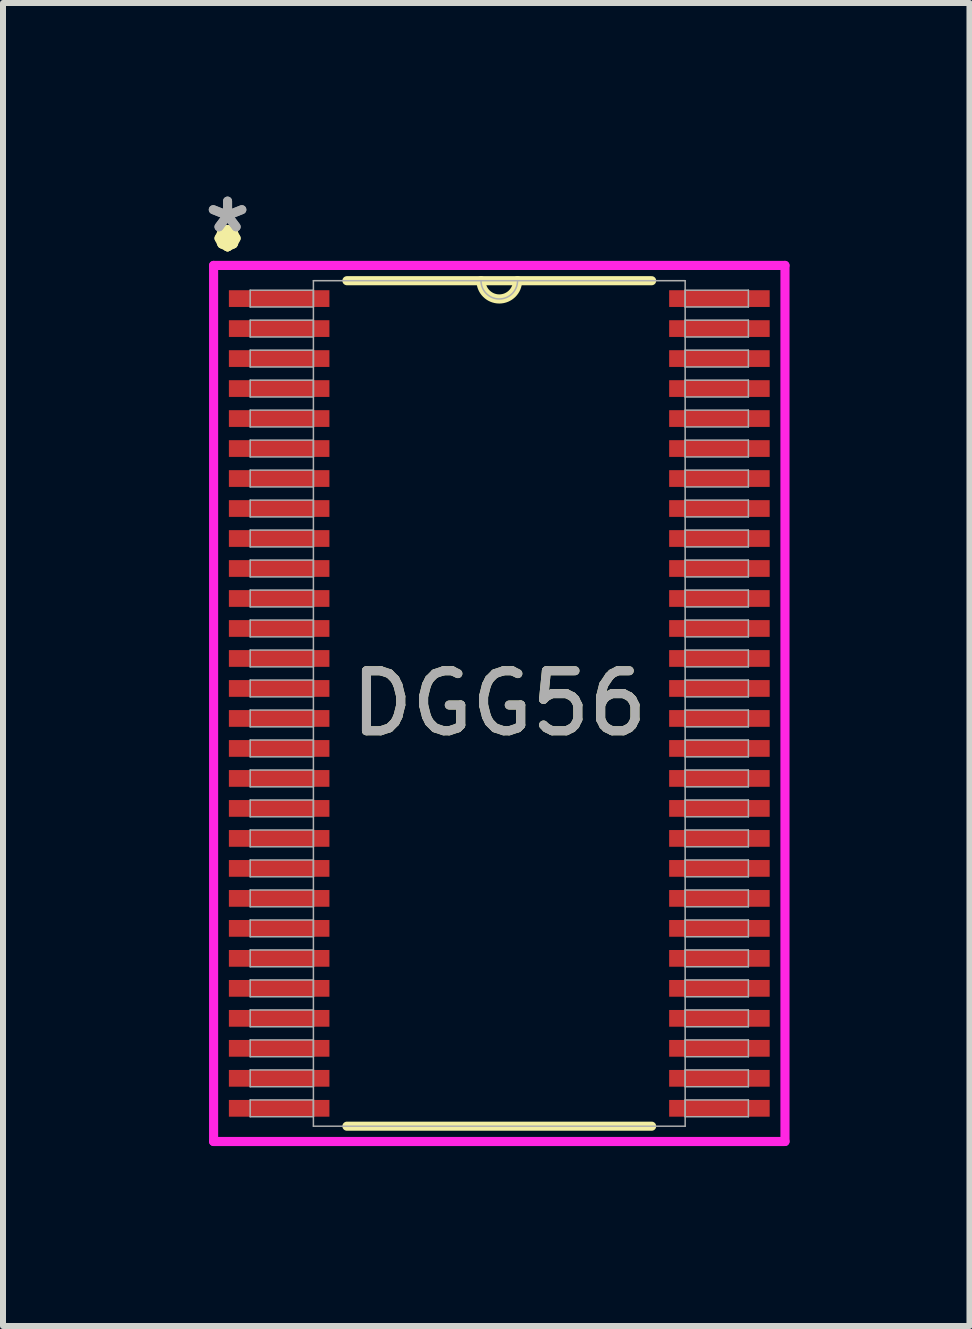
<source format=kicad_pcb>
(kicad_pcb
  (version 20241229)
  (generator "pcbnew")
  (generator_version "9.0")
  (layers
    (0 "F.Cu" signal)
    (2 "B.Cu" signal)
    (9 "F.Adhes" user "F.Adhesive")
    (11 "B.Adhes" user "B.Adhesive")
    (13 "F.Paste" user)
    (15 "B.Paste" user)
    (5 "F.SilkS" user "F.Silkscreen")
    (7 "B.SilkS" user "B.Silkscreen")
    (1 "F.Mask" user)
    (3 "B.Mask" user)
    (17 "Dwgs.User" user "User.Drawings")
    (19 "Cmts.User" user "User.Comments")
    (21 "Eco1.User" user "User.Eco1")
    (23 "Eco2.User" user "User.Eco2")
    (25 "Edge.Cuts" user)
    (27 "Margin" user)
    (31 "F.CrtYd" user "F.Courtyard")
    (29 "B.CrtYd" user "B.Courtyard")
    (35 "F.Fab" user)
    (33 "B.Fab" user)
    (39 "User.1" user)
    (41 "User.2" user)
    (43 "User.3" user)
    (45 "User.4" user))
  (footprint "DGG56"
    (layer "F.Cu")
    (at 5.274 8.678)
    (property "Reference" "DGG56" (at 0 0 0) (unlocked yes) (layer "F.SilkS") (effects (font (size 1 1) (thickness 0.15))))
    (attr smd)
    (fp_line (start -2.54 7.048) (end 2.54 7.048) (stroke (width 0.152) (type solid)) (layer "F.SilkS"))
    (fp_line (start 2.54 -7.048) (end -2.54 -7.048) (stroke (width 0.152) (type solid)) (layer "F.SilkS"))
    (fp_arc (start 0.3048 -7.0485) (mid 0 -6.7437) (end -0.3048 -7.0485) (stroke (width 0.1524) (type solid)) (layer "F.SilkS"))
    (fp_line (start -4.763 -7.303) (end 4.763 -7.303) (stroke (width 0.152) (type solid)) (layer "F.CrtYd"))
    (fp_line (start -4.763 7.303) (end -4.763 -7.303) (stroke (width 0.152) (type solid)) (layer "F.CrtYd"))
    (fp_line (start 4.763 -7.303) (end 4.763 7.303) (stroke (width 0.152) (type solid)) (layer "F.CrtYd"))
    (fp_line (start 4.763 7.303) (end -4.763 7.303) (stroke (width 0.152) (type solid)) (layer "F.CrtYd"))
    (fp_line (start -4.153 -6.89) (end -4.153 -6.61) (stroke (width 0.025) (type solid)) (layer "F.Fab"))
    (fp_line (start -4.153 -6.61) (end -3.099 -6.61) (stroke (width 0.025) (type solid)) (layer "F.Fab"))
    (fp_line (start -4.153 -6.39) (end -4.153 -6.11) (stroke (width 0.025) (type solid)) (layer "F.Fab"))
    (fp_line (start -4.153 -6.11) (end -3.099 -6.11) (stroke (width 0.025) (type solid)) (layer "F.Fab"))
    (fp_line (start -4.153 -5.89) (end -4.153 -5.61) (stroke (width 0.025) (type solid)) (layer "F.Fab"))
    (fp_line (start -4.153 -5.61) (end -3.099 -5.61) (stroke (width 0.025) (type solid)) (layer "F.Fab"))
    (fp_line (start -4.153 -5.39) (end -4.153 -5.11) (stroke (width 0.025) (type solid)) (layer "F.Fab"))
    (fp_line (start -4.153 -5.11) (end -3.099 -5.11) (stroke (width 0.025) (type solid)) (layer "F.Fab"))
    (fp_line (start -4.153 -4.89) (end -4.153 -4.61) (stroke (width 0.025) (type solid)) (layer "F.Fab"))
    (fp_line (start -4.153 -4.61) (end -3.099 -4.61) (stroke (width 0.025) (type solid)) (layer "F.Fab"))
    (fp_line (start -4.153 -4.39) (end -4.153 -4.11) (stroke (width 0.025) (type solid)) (layer "F.Fab"))
    (fp_line (start -4.153 -4.11) (end -3.099 -4.11) (stroke (width 0.025) (type solid)) (layer "F.Fab"))
    (fp_line (start -4.153 -3.89) (end -4.153 -3.61) (stroke (width 0.025) (type solid)) (layer "F.Fab"))
    (fp_line (start -4.153 -3.61) (end -3.099 -3.61) (stroke (width 0.025) (type solid)) (layer "F.Fab"))
    (fp_line (start -4.153 -3.39) (end -4.153 -3.11) (stroke (width 0.025) (type solid)) (layer "F.Fab"))
    (fp_line (start -4.153 -3.11) (end -3.099 -3.11) (stroke (width 0.025) (type solid)) (layer "F.Fab"))
    (fp_line (start -4.153 -2.89) (end -4.153 -2.61) (stroke (width 0.025) (type solid)) (layer "F.Fab"))
    (fp_line (start -4.153 -2.61) (end -3.099 -2.61) (stroke (width 0.025) (type solid)) (layer "F.Fab"))
    (fp_line (start -4.153 -2.39) (end -4.153 -2.11) (stroke (width 0.025) (type solid)) (layer "F.Fab"))
    (fp_line (start -4.153 -2.11) (end -3.099 -2.11) (stroke (width 0.025) (type solid)) (layer "F.Fab"))
    (fp_line (start -4.153 -1.89) (end -4.153 -1.61) (stroke (width 0.025) (type solid)) (layer "F.Fab"))
    (fp_line (start -4.153 -1.61) (end -3.099 -1.61) (stroke (width 0.025) (type solid)) (layer "F.Fab"))
    (fp_line (start -4.153 -1.39) (end -4.153 -1.11) (stroke (width 0.025) (type solid)) (layer "F.Fab"))
    (fp_line (start -4.153 -1.11) (end -3.099 -1.11) (stroke (width 0.025) (type solid)) (layer "F.Fab"))
    (fp_line (start -4.153 -0.89) (end -4.153 -0.61) (stroke (width 0.025) (type solid)) (layer "F.Fab"))
    (fp_line (start -4.153 -0.61) (end -3.099 -0.61) (stroke (width 0.025) (type solid)) (layer "F.Fab"))
    (fp_line (start -4.153 -0.39) (end -4.153 -0.11) (stroke (width 0.025) (type solid)) (layer "F.Fab"))
    (fp_line (start -4.153 -0.11) (end -3.099 -0.11) (stroke (width 0.025) (type solid)) (layer "F.Fab"))
    (fp_line (start -4.153 0.11) (end -4.153 0.39) (stroke (width 0.025) (type solid)) (layer "F.Fab"))
    (fp_line (start -4.153 0.39) (end -3.099 0.39) (stroke (width 0.025) (type solid)) (layer "F.Fab"))
    (fp_line (start -4.153 0.61) (end -4.153 0.89) (stroke (width 0.025) (type solid)) (layer "F.Fab"))
    (fp_line (start -4.153 0.89) (end -3.099 0.89) (stroke (width 0.025) (type solid)) (layer "F.Fab"))
    (fp_line (start -4.153 1.11) (end -4.153 1.39) (stroke (width 0.025) (type solid)) (layer "F.Fab"))
    (fp_line (start -4.153 1.39) (end -3.099 1.39) (stroke (width 0.025) (type solid)) (layer "F.Fab"))
    (fp_line (start -4.153 1.61) (end -4.153 1.89) (stroke (width 0.025) (type solid)) (layer "F.Fab"))
    (fp_line (start -4.153 1.89) (end -3.099 1.89) (stroke (width 0.025) (type solid)) (layer "F.Fab"))
    (fp_line (start -4.153 2.11) (end -4.153 2.39) (stroke (width 0.025) (type solid)) (layer "F.Fab"))
    (fp_line (start -4.153 2.39) (end -3.099 2.39) (stroke (width 0.025) (type solid)) (layer "F.Fab"))
    (fp_line (start -4.153 2.61) (end -4.153 2.89) (stroke (width 0.025) (type solid)) (layer "F.Fab"))
    (fp_line (start -4.153 2.89) (end -3.099 2.89) (stroke (width 0.025) (type solid)) (layer "F.Fab"))
    (fp_line (start -4.153 3.11) (end -4.153 3.39) (stroke (width 0.025) (type solid)) (layer "F.Fab"))
    (fp_line (start -4.153 3.39) (end -3.099 3.39) (stroke (width 0.025) (type solid)) (layer "F.Fab"))
    (fp_line (start -4.153 3.61) (end -4.153 3.89) (stroke (width 0.025) (type solid)) (layer "F.Fab"))
    (fp_line (start -4.153 3.89) (end -3.099 3.89) (stroke (width 0.025) (type solid)) (layer "F.Fab"))
    (fp_line (start -4.153 4.11) (end -4.153 4.39) (stroke (width 0.025) (type solid)) (layer "F.Fab"))
    (fp_line (start -4.153 4.39) (end -3.099 4.39) (stroke (width 0.025) (type solid)) (layer "F.Fab"))
    (fp_line (start -4.153 4.61) (end -4.153 4.89) (stroke (width 0.025) (type solid)) (layer "F.Fab"))
    (fp_line (start -4.153 4.89) (end -3.099 4.89) (stroke (width 0.025) (type solid)) (layer "F.Fab"))
    (fp_line (start -4.153 5.11) (end -4.153 5.39) (stroke (width 0.025) (type solid)) (layer "F.Fab"))
    (fp_line (start -4.153 5.39) (end -3.099 5.39) (stroke (width 0.025) (type solid)) (layer "F.Fab"))
    (fp_line (start -4.153 5.61) (end -4.153 5.89) (stroke (width 0.025) (type solid)) (layer "F.Fab"))
    (fp_line (start -4.153 5.89) (end -3.099 5.89) (stroke (width 0.025) (type solid)) (layer "F.Fab"))
    (fp_line (start -4.153 6.11) (end -4.153 6.39) (stroke (width 0.025) (type solid)) (layer "F.Fab"))
    (fp_line (start -4.153 6.39) (end -3.099 6.39) (stroke (width 0.025) (type solid)) (layer "F.Fab"))
    (fp_line (start -4.153 6.61) (end -4.153 6.89) (stroke (width 0.025) (type solid)) (layer "F.Fab"))
    (fp_line (start -4.153 6.89) (end -3.099 6.89) (stroke (width 0.025) (type solid)) (layer "F.Fab"))
    (fp_line (start -3.099 -7.048) (end -3.099 7.048) (stroke (width 0.025) (type solid)) (layer "F.Fab"))
    (fp_line (start -3.099 -6.89) (end -4.153 -6.89) (stroke (width 0.025) (type solid)) (layer "F.Fab"))
    (fp_line (start -3.099 -6.61) (end -3.099 -6.89) (stroke (width 0.025) (type solid)) (layer "F.Fab"))
    (fp_line (start -3.099 -6.39) (end -4.153 -6.39) (stroke (width 0.025) (type solid)) (layer "F.Fab"))
    (fp_line (start -3.099 -6.11) (end -3.099 -6.39) (stroke (width 0.025) (type solid)) (layer "F.Fab"))
    (fp_line (start -3.099 -5.89) (end -4.153 -5.89) (stroke (width 0.025) (type solid)) (layer "F.Fab"))
    (fp_line (start -3.099 -5.61) (end -3.099 -5.89) (stroke (width 0.025) (type solid)) (layer "F.Fab"))
    (fp_line (start -3.099 -5.39) (end -4.153 -5.39) (stroke (width 0.025) (type solid)) (layer "F.Fab"))
    (fp_line (start -3.099 -5.11) (end -3.099 -5.39) (stroke (width 0.025) (type solid)) (layer "F.Fab"))
    (fp_line (start -3.099 -4.89) (end -4.153 -4.89) (stroke (width 0.025) (type solid)) (layer "F.Fab"))
    (fp_line (start -3.099 -4.61) (end -3.099 -4.89) (stroke (width 0.025) (type solid)) (layer "F.Fab"))
    (fp_line (start -3.099 -4.39) (end -4.153 -4.39) (stroke (width 0.025) (type solid)) (layer "F.Fab"))
    (fp_line (start -3.099 -4.11) (end -3.099 -4.39) (stroke (width 0.025) (type solid)) (layer "F.Fab"))
    (fp_line (start -3.099 -3.89) (end -4.153 -3.89) (stroke (width 0.025) (type solid)) (layer "F.Fab"))
    (fp_line (start -3.099 -3.61) (end -3.099 -3.89) (stroke (width 0.025) (type solid)) (layer "F.Fab"))
    (fp_line (start -3.099 -3.39) (end -4.153 -3.39) (stroke (width 0.025) (type solid)) (layer "F.Fab"))
    (fp_line (start -3.099 -3.11) (end -3.099 -3.39) (stroke (width 0.025) (type solid)) (layer "F.Fab"))
    (fp_line (start -3.099 -2.89) (end -4.153 -2.89) (stroke (width 0.025) (type solid)) (layer "F.Fab"))
    (fp_line (start -3.099 -2.61) (end -3.099 -2.89) (stroke (width 0.025) (type solid)) (layer "F.Fab"))
    (fp_line (start -3.099 -2.39) (end -4.153 -2.39) (stroke (width 0.025) (type solid)) (layer "F.Fab"))
    (fp_line (start -3.099 -2.11) (end -3.099 -2.39) (stroke (width 0.025) (type solid)) (layer "F.Fab"))
    (fp_line (start -3.099 -1.89) (end -4.153 -1.89) (stroke (width 0.025) (type solid)) (layer "F.Fab"))
    (fp_line (start -3.099 -1.61) (end -3.099 -1.89) (stroke (width 0.025) (type solid)) (layer "F.Fab"))
    (fp_line (start -3.099 -1.39) (end -4.153 -1.39) (stroke (width 0.025) (type solid)) (layer "F.Fab"))
    (fp_line (start -3.099 -1.11) (end -3.099 -1.39) (stroke (width 0.025) (type solid)) (layer "F.Fab"))
    (fp_line (start -3.099 -0.89) (end -4.153 -0.89) (stroke (width 0.025) (type solid)) (layer "F.Fab"))
    (fp_line (start -3.099 -0.61) (end -3.099 -0.89) (stroke (width 0.025) (type solid)) (layer "F.Fab"))
    (fp_line (start -3.099 -0.39) (end -4.153 -0.39) (stroke (width 0.025) (type solid)) (layer "F.Fab"))
    (fp_line (start -3.099 -0.11) (end -3.099 -0.39) (stroke (width 0.025) (type solid)) (layer "F.Fab"))
    (fp_line (start -3.099 0.11) (end -4.153 0.11) (stroke (width 0.025) (type solid)) (layer "F.Fab"))
    (fp_line (start -3.099 0.39) (end -3.099 0.11) (stroke (width 0.025) (type solid)) (layer "F.Fab"))
    (fp_line (start -3.099 0.61) (end -4.153 0.61) (stroke (width 0.025) (type solid)) (layer "F.Fab"))
    (fp_line (start -3.099 0.89) (end -3.099 0.61) (stroke (width 0.025) (type solid)) (layer "F.Fab"))
    (fp_line (start -3.099 1.11) (end -4.153 1.11) (stroke (width 0.025) (type solid)) (layer "F.Fab"))
    (fp_line (start -3.099 1.39) (end -3.099 1.11) (stroke (width 0.025) (type solid)) (layer "F.Fab"))
    (fp_line (start -3.099 1.61) (end -4.153 1.61) (stroke (width 0.025) (type solid)) (layer "F.Fab"))
    (fp_line (start -3.099 1.89) (end -3.099 1.61) (stroke (width 0.025) (type solid)) (layer "F.Fab"))
    (fp_line (start -3.099 2.11) (end -4.153 2.11) (stroke (width 0.025) (type solid)) (layer "F.Fab"))
    (fp_line (start -3.099 2.39) (end -3.099 2.11) (stroke (width 0.025) (type solid)) (layer "F.Fab"))
    (fp_line (start -3.099 2.61) (end -4.153 2.61) (stroke (width 0.025) (type solid)) (layer "F.Fab"))
    (fp_line (start -3.099 2.89) (end -3.099 2.61) (stroke (width 0.025) (type solid)) (layer "F.Fab"))
    (fp_line (start -3.099 3.11) (end -4.153 3.11) (stroke (width 0.025) (type solid)) (layer "F.Fab"))
    (fp_line (start -3.099 3.39) (end -3.099 3.11) (stroke (width 0.025) (type solid)) (layer "F.Fab"))
    (fp_line (start -3.099 3.61) (end -4.153 3.61) (stroke (width 0.025) (type solid)) (layer "F.Fab"))
    (fp_line (start -3.099 3.89) (end -3.099 3.61) (stroke (width 0.025) (type solid)) (layer "F.Fab"))
    (fp_line (start -3.099 4.11) (end -4.153 4.11) (stroke (width 0.025) (type solid)) (layer "F.Fab"))
    (fp_line (start -3.099 4.39) (end -3.099 4.11) (stroke (width 0.025) (type solid)) (layer "F.Fab"))
    (fp_line (start -3.099 4.61) (end -4.153 4.61) (stroke (width 0.025) (type solid)) (layer "F.Fab"))
    (fp_line (start -3.099 4.89) (end -3.099 4.61) (stroke (width 0.025) (type solid)) (layer "F.Fab"))
    (fp_line (start -3.099 5.11) (end -4.153 5.11) (stroke (width 0.025) (type solid)) (layer "F.Fab"))
    (fp_line (start -3.099 5.39) (end -3.099 5.11) (stroke (width 0.025) (type solid)) (layer "F.Fab"))
    (fp_line (start -3.099 5.61) (end -4.153 5.61) (stroke (width 0.025) (type solid)) (layer "F.Fab"))
    (fp_line (start -3.099 5.89) (end -3.099 5.61) (stroke (width 0.025) (type solid)) (layer "F.Fab"))
    (fp_line (start -3.099 6.11) (end -4.153 6.11) (stroke (width 0.025) (type solid)) (layer "F.Fab"))
    (fp_line (start -3.099 6.39) (end -3.099 6.11) (stroke (width 0.025) (type solid)) (layer "F.Fab"))
    (fp_line (start -3.099 6.61) (end -4.153 6.61) (stroke (width 0.025) (type solid)) (layer "F.Fab"))
    (fp_line (start -3.099 6.89) (end -3.099 6.61) (stroke (width 0.025) (type solid)) (layer "F.Fab"))
    (fp_line (start -3.099 7.048) (end 3.099 7.048) (stroke (width 0.025) (type solid)) (layer "F.Fab"))
    (fp_line (start 3.099 -7.048) (end -3.099 -7.048) (stroke (width 0.025) (type solid)) (layer "F.Fab"))
    (fp_line (start 3.099 -6.89) (end 3.099 -6.61) (stroke (width 0.025) (type solid)) (layer "F.Fab"))
    (fp_line (start 3.099 -6.61) (end 4.153 -6.61) (stroke (width 0.025) (type solid)) (layer "F.Fab"))
    (fp_line (start 3.099 -6.39) (end 3.099 -6.11) (stroke (width 0.025) (type solid)) (layer "F.Fab"))
    (fp_line (start 3.099 -6.11) (end 4.153 -6.11) (stroke (width 0.025) (type solid)) (layer "F.Fab"))
    (fp_line (start 3.099 -5.89) (end 3.099 -5.61) (stroke (width 0.025) (type solid)) (layer "F.Fab"))
    (fp_line (start 3.099 -5.61) (end 4.153 -5.61) (stroke (width 0.025) (type solid)) (layer "F.Fab"))
    (fp_line (start 3.099 -5.39) (end 3.099 -5.11) (stroke (width 0.025) (type solid)) (layer "F.Fab"))
    (fp_line (start 3.099 -5.11) (end 4.153 -5.11) (stroke (width 0.025) (type solid)) (layer "F.Fab"))
    (fp_line (start 3.099 -4.89) (end 3.099 -4.61) (stroke (width 0.025) (type solid)) (layer "F.Fab"))
    (fp_line (start 3.099 -4.61) (end 4.153 -4.61) (stroke (width 0.025) (type solid)) (layer "F.Fab"))
    (fp_line (start 3.099 -4.39) (end 3.099 -4.11) (stroke (width 0.025) (type solid)) (layer "F.Fab"))
    (fp_line (start 3.099 -4.11) (end 4.153 -4.11) (stroke (width 0.025) (type solid)) (layer "F.Fab"))
    (fp_line (start 3.099 -3.89) (end 3.099 -3.61) (stroke (width 0.025) (type solid)) (layer "F.Fab"))
    (fp_line (start 3.099 -3.61) (end 4.153 -3.61) (stroke (width 0.025) (type solid)) (layer "F.Fab"))
    (fp_line (start 3.099 -3.39) (end 3.099 -3.11) (stroke (width 0.025) (type solid)) (layer "F.Fab"))
    (fp_line (start 3.099 -3.11) (end 4.153 -3.11) (stroke (width 0.025) (type solid)) (layer "F.Fab"))
    (fp_line (start 3.099 -2.89) (end 3.099 -2.61) (stroke (width 0.025) (type solid)) (layer "F.Fab"))
    (fp_line (start 3.099 -2.61) (end 4.153 -2.61) (stroke (width 0.025) (type solid)) (layer "F.Fab"))
    (fp_line (start 3.099 -2.39) (end 3.099 -2.11) (stroke (width 0.025) (type solid)) (layer "F.Fab"))
    (fp_line (start 3.099 -2.11) (end 4.153 -2.11) (stroke (width 0.025) (type solid)) (layer "F.Fab"))
    (fp_line (start 3.099 -1.89) (end 3.099 -1.61) (stroke (width 0.025) (type solid)) (layer "F.Fab"))
    (fp_line (start 3.099 -1.61) (end 4.153 -1.61) (stroke (width 0.025) (type solid)) (layer "F.Fab"))
    (fp_line (start 3.099 -1.39) (end 3.099 -1.11) (stroke (width 0.025) (type solid)) (layer "F.Fab"))
    (fp_line (start 3.099 -1.11) (end 4.153 -1.11) (stroke (width 0.025) (type solid)) (layer "F.Fab"))
    (fp_line (start 3.099 -0.89) (end 3.099 -0.61) (stroke (width 0.025) (type solid)) (layer "F.Fab"))
    (fp_line (start 3.099 -0.61) (end 4.153 -0.61) (stroke (width 0.025) (type solid)) (layer "F.Fab"))
    (fp_line (start 3.099 -0.39) (end 3.099 -0.11) (stroke (width 0.025) (type solid)) (layer "F.Fab"))
    (fp_line (start 3.099 -0.11) (end 4.153 -0.11) (stroke (width 0.025) (type solid)) (layer "F.Fab"))
    (fp_line (start 3.099 0.11) (end 3.099 0.39) (stroke (width 0.025) (type solid)) (layer "F.Fab"))
    (fp_line (start 3.099 0.39) (end 4.153 0.39) (stroke (width 0.025) (type solid)) (layer "F.Fab"))
    (fp_line (start 3.099 0.61) (end 3.099 0.89) (stroke (width 0.025) (type solid)) (layer "F.Fab"))
    (fp_line (start 3.099 0.89) (end 4.153 0.89) (stroke (width 0.025) (type solid)) (layer "F.Fab"))
    (fp_line (start 3.099 1.11) (end 3.099 1.39) (stroke (width 0.025) (type solid)) (layer "F.Fab"))
    (fp_line (start 3.099 1.39) (end 4.153 1.39) (stroke (width 0.025) (type solid)) (layer "F.Fab"))
    (fp_line (start 3.099 1.61) (end 3.099 1.89) (stroke (width 0.025) (type solid)) (layer "F.Fab"))
    (fp_line (start 3.099 1.89) (end 4.153 1.89) (stroke (width 0.025) (type solid)) (layer "F.Fab"))
    (fp_line (start 3.099 2.11) (end 3.099 2.39) (stroke (width 0.025) (type solid)) (layer "F.Fab"))
    (fp_line (start 3.099 2.39) (end 4.153 2.39) (stroke (width 0.025) (type solid)) (layer "F.Fab"))
    (fp_line (start 3.099 2.61) (end 3.099 2.89) (stroke (width 0.025) (type solid)) (layer "F.Fab"))
    (fp_line (start 3.099 2.89) (end 4.153 2.89) (stroke (width 0.025) (type solid)) (layer "F.Fab"))
    (fp_line (start 3.099 3.11) (end 3.099 3.39) (stroke (width 0.025) (type solid)) (layer "F.Fab"))
    (fp_line (start 3.099 3.39) (end 4.153 3.39) (stroke (width 0.025) (type solid)) (layer "F.Fab"))
    (fp_line (start 3.099 3.61) (end 3.099 3.89) (stroke (width 0.025) (type solid)) (layer "F.Fab"))
    (fp_line (start 3.099 3.89) (end 4.153 3.89) (stroke (width 0.025) (type solid)) (layer "F.Fab"))
    (fp_line (start 3.099 4.11) (end 3.099 4.39) (stroke (width 0.025) (type solid)) (layer "F.Fab"))
    (fp_line (start 3.099 4.39) (end 4.153 4.39) (stroke (width 0.025) (type solid)) (layer "F.Fab"))
    (fp_line (start 3.099 4.61) (end 3.099 4.89) (stroke (width 0.025) (type solid)) (layer "F.Fab"))
    (fp_line (start 3.099 4.89) (end 4.153 4.89) (stroke (width 0.025) (type solid)) (layer "F.Fab"))
    (fp_line (start 3.099 5.11) (end 3.099 5.39) (stroke (width 0.025) (type solid)) (layer "F.Fab"))
    (fp_line (start 3.099 5.39) (end 4.153 5.39) (stroke (width 0.025) (type solid)) (layer "F.Fab"))
    (fp_line (start 3.099 5.61) (end 3.099 5.89) (stroke (width 0.025) (type solid)) (layer "F.Fab"))
    (fp_line (start 3.099 5.89) (end 4.153 5.89) (stroke (width 0.025) (type solid)) (layer "F.Fab"))
    (fp_line (start 3.099 6.11) (end 3.099 6.39) (stroke (width 0.025) (type solid)) (layer "F.Fab"))
    (fp_line (start 3.099 6.39) (end 4.153 6.39) (stroke (width 0.025) (type solid)) (layer "F.Fab"))
    (fp_line (start 3.099 6.61) (end 3.099 6.89) (stroke (width 0.025) (type solid)) (layer "F.Fab"))
    (fp_line (start 3.099 6.89) (end 4.153 6.89) (stroke (width 0.025) (type solid)) (layer "F.Fab"))
    (fp_line (start 3.099 7.048) (end 3.099 -7.048) (stroke (width 0.025) (type solid)) (layer "F.Fab"))
    (fp_line (start 4.153 -6.89) (end 3.099 -6.89) (stroke (width 0.025) (type solid)) (layer "F.Fab"))
    (fp_line (start 4.153 -6.61) (end 4.153 -6.89) (stroke (width 0.025) (type solid)) (layer "F.Fab"))
    (fp_line (start 4.153 -6.39) (end 3.099 -6.39) (stroke (width 0.025) (type solid)) (layer "F.Fab"))
    (fp_line (start 4.153 -6.11) (end 4.153 -6.39) (stroke (width 0.025) (type solid)) (layer "F.Fab"))
    (fp_line (start 4.153 -5.89) (end 3.099 -5.89) (stroke (width 0.025) (type solid)) (layer "F.Fab"))
    (fp_line (start 4.153 -5.61) (end 4.153 -5.89) (stroke (width 0.025) (type solid)) (layer "F.Fab"))
    (fp_line (start 4.153 -5.39) (end 3.099 -5.39) (stroke (width 0.025) (type solid)) (layer "F.Fab"))
    (fp_line (start 4.153 -5.11) (end 4.153 -5.39) (stroke (width 0.025) (type solid)) (layer "F.Fab"))
    (fp_line (start 4.153 -4.89) (end 3.099 -4.89) (stroke (width 0.025) (type solid)) (layer "F.Fab"))
    (fp_line (start 4.153 -4.61) (end 4.153 -4.89) (stroke (width 0.025) (type solid)) (layer "F.Fab"))
    (fp_line (start 4.153 -4.39) (end 3.099 -4.39) (stroke (width 0.025) (type solid)) (layer "F.Fab"))
    (fp_line (start 4.153 -4.11) (end 4.153 -4.39) (stroke (width 0.025) (type solid)) (layer "F.Fab"))
    (fp_line (start 4.153 -3.89) (end 3.099 -3.89) (stroke (width 0.025) (type solid)) (layer "F.Fab"))
    (fp_line (start 4.153 -3.61) (end 4.153 -3.89) (stroke (width 0.025) (type solid)) (layer "F.Fab"))
    (fp_line (start 4.153 -3.39) (end 3.099 -3.39) (stroke (width 0.025) (type solid)) (layer "F.Fab"))
    (fp_line (start 4.153 -3.11) (end 4.153 -3.39) (stroke (width 0.025) (type solid)) (layer "F.Fab"))
    (fp_line (start 4.153 -2.89) (end 3.099 -2.89) (stroke (width 0.025) (type solid)) (layer "F.Fab"))
    (fp_line (start 4.153 -2.61) (end 4.153 -2.89) (stroke (width 0.025) (type solid)) (layer "F.Fab"))
    (fp_line (start 4.153 -2.39) (end 3.099 -2.39) (stroke (width 0.025) (type solid)) (layer "F.Fab"))
    (fp_line (start 4.153 -2.11) (end 4.153 -2.39) (stroke (width 0.025) (type solid)) (layer "F.Fab"))
    (fp_line (start 4.153 -1.89) (end 3.099 -1.89) (stroke (width 0.025) (type solid)) (layer "F.Fab"))
    (fp_line (start 4.153 -1.61) (end 4.153 -1.89) (stroke (width 0.025) (type solid)) (layer "F.Fab"))
    (fp_line (start 4.153 -1.39) (end 3.099 -1.39) (stroke (width 0.025) (type solid)) (layer "F.Fab"))
    (fp_line (start 4.153 -1.11) (end 4.153 -1.39) (stroke (width 0.025) (type solid)) (layer "F.Fab"))
    (fp_line (start 4.153 -0.89) (end 3.099 -0.89) (stroke (width 0.025) (type solid)) (layer "F.Fab"))
    (fp_line (start 4.153 -0.61) (end 4.153 -0.89) (stroke (width 0.025) (type solid)) (layer "F.Fab"))
    (fp_line (start 4.153 -0.39) (end 3.099 -0.39) (stroke (width 0.025) (type solid)) (layer "F.Fab"))
    (fp_line (start 4.153 -0.11) (end 4.153 -0.39) (stroke (width 0.025) (type solid)) (layer "F.Fab"))
    (fp_line (start 4.153 0.11) (end 3.099 0.11) (stroke (width 0.025) (type solid)) (layer "F.Fab"))
    (fp_line (start 4.153 0.39) (end 4.153 0.11) (stroke (width 0.025) (type solid)) (layer "F.Fab"))
    (fp_line (start 4.153 0.61) (end 3.099 0.61) (stroke (width 0.025) (type solid)) (layer "F.Fab"))
    (fp_line (start 4.153 0.89) (end 4.153 0.61) (stroke (width 0.025) (type solid)) (layer "F.Fab"))
    (fp_line (start 4.153 1.11) (end 3.099 1.11) (stroke (width 0.025) (type solid)) (layer "F.Fab"))
    (fp_line (start 4.153 1.39) (end 4.153 1.11) (stroke (width 0.025) (type solid)) (layer "F.Fab"))
    (fp_line (start 4.153 1.61) (end 3.099 1.61) (stroke (width 0.025) (type solid)) (layer "F.Fab"))
    (fp_line (start 4.153 1.89) (end 4.153 1.61) (stroke (width 0.025) (type solid)) (layer "F.Fab"))
    (fp_line (start 4.153 2.11) (end 3.099 2.11) (stroke (width 0.025) (type solid)) (layer "F.Fab"))
    (fp_line (start 4.153 2.39) (end 4.153 2.11) (stroke (width 0.025) (type solid)) (layer "F.Fab"))
    (fp_line (start 4.153 2.61) (end 3.099 2.61) (stroke (width 0.025) (type solid)) (layer "F.Fab"))
    (fp_line (start 4.153 2.89) (end 4.153 2.61) (stroke (width 0.025) (type solid)) (layer "F.Fab"))
    (fp_line (start 4.153 3.11) (end 3.099 3.11) (stroke (width 0.025) (type solid)) (layer "F.Fab"))
    (fp_line (start 4.153 3.39) (end 4.153 3.11) (stroke (width 0.025) (type solid)) (layer "F.Fab"))
    (fp_line (start 4.153 3.61) (end 3.099 3.61) (stroke (width 0.025) (type solid)) (layer "F.Fab"))
    (fp_line (start 4.153 3.89) (end 4.153 3.61) (stroke (width 0.025) (type solid)) (layer "F.Fab"))
    (fp_line (start 4.153 4.11) (end 3.099 4.11) (stroke (width 0.025) (type solid)) (layer "F.Fab"))
    (fp_line (start 4.153 4.39) (end 4.153 4.11) (stroke (width 0.025) (type solid)) (layer "F.Fab"))
    (fp_line (start 4.153 4.61) (end 3.099 4.61) (stroke (width 0.025) (type solid)) (layer "F.Fab"))
    (fp_line (start 4.153 4.89) (end 4.153 4.61) (stroke (width 0.025) (type solid)) (layer "F.Fab"))
    (fp_line (start 4.153 5.11) (end 3.099 5.11) (stroke (width 0.025) (type solid)) (layer "F.Fab"))
    (fp_line (start 4.153 5.39) (end 4.153 5.11) (stroke (width 0.025) (type solid)) (layer "F.Fab"))
    (fp_line (start 4.153 5.61) (end 3.099 5.61) (stroke (width 0.025) (type solid)) (layer "F.Fab"))
    (fp_line (start 4.153 5.89) (end 4.153 5.61) (stroke (width 0.025) (type solid)) (layer "F.Fab"))
    (fp_line (start 4.153 6.11) (end 3.099 6.11) (stroke (width 0.025) (type solid)) (layer "F.Fab"))
    (fp_line (start 4.153 6.39) (end 4.153 6.11) (stroke (width 0.025) (type solid)) (layer "F.Fab"))
    (fp_line (start 4.153 6.61) (end 3.099 6.61) (stroke (width 0.025) (type solid)) (layer "F.Fab"))
    (fp_line (start 4.153 6.89) (end 4.153 6.61) (stroke (width 0.025) (type solid)) (layer "F.Fab"))
    (fp_arc (start 0.3048 -7.0485) (mid 0 -6.7437) (end -0.3048 -7.0485) (stroke (width 0.0254) (type solid)) (layer "F.Fab"))
    (fp_text user "•" (at -4.53 -7.83 0) (layer "F.SilkS") (effects (font (size 1 1) (thickness 0.15))))
    (fp_text user "${REFERENCE}" (at 0 0 0) (unlocked yes) (layer "F.Fab") (effects (font (size 1 1) (thickness 0.15))))
    (fp_text user "*" (at -4.53 -7.83 0) (layer "F.Fab") (effects (font (size 1 1) (thickness 0.15))))
    (fp_text user "*" (at -4.53 -7.83 0) (unlocked yes) (layer "F.Fab") (effects (font (size 1 1) (thickness 0.15))))
    (pad "1" smd rect (at -3.67 -6.75) (size 1.676 0.279) (layers "F.Cu" "F.Mask" "F.Paste"))
    (pad "2" smd rect (at -3.67 -6.25) (size 1.676 0.279) (layers "F.Cu" "F.Mask" "F.Paste"))
    (pad "3" smd rect (at -3.67 -5.75) (size 1.676 0.279) (layers "F.Cu" "F.Mask" "F.Paste"))
    (pad "4" smd rect (at -3.67 -5.25) (size 1.676 0.279) (layers "F.Cu" "F.Mask" "F.Paste"))
    (pad "5" smd rect (at -3.67 -4.75) (size 1.676 0.279) (layers "F.Cu" "F.Mask" "F.Paste"))
    (pad "6" smd rect (at -3.67 -4.25) (size 1.676 0.279) (layers "F.Cu" "F.Mask" "F.Paste"))
    (pad "7" smd rect (at -3.67 -3.75) (size 1.676 0.279) (layers "F.Cu" "F.Mask" "F.Paste"))
    (pad "8" smd rect (at -3.67 -3.25) (size 1.676 0.279) (layers "F.Cu" "F.Mask" "F.Paste"))
    (pad "9" smd rect (at -3.67 -2.75) (size 1.676 0.279) (layers "F.Cu" "F.Mask" "F.Paste"))
    (pad "10" smd rect (at -3.67 -2.25) (size 1.676 0.279) (layers "F.Cu" "F.Mask" "F.Paste"))
    (pad "11" smd rect (at -3.67 -1.75) (size 1.676 0.279) (layers "F.Cu" "F.Mask" "F.Paste"))
    (pad "12" smd rect (at -3.67 -1.25) (size 1.676 0.279) (layers "F.Cu" "F.Mask" "F.Paste"))
    (pad "13" smd rect (at -3.67 -0.75) (size 1.676 0.279) (layers "F.Cu" "F.Mask" "F.Paste"))
    (pad "14" smd rect (at -3.67 -0.25) (size 1.676 0.279) (layers "F.Cu" "F.Mask" "F.Paste"))
    (pad "15" smd rect (at -3.67 0.25) (size 1.676 0.279) (layers "F.Cu" "F.Mask" "F.Paste"))
    (pad "16" smd rect (at -3.67 0.75) (size 1.676 0.279) (layers "F.Cu" "F.Mask" "F.Paste"))
    (pad "17" smd rect (at -3.67 1.25) (size 1.676 0.279) (layers "F.Cu" "F.Mask" "F.Paste"))
    (pad "18" smd rect (at -3.67 1.75) (size 1.676 0.279) (layers "F.Cu" "F.Mask" "F.Paste"))
    (pad "19" smd rect (at -3.67 2.25) (size 1.676 0.279) (layers "F.Cu" "F.Mask" "F.Paste"))
    (pad "20" smd rect (at -3.67 2.75) (size 1.676 0.279) (layers "F.Cu" "F.Mask" "F.Paste"))
    (pad "21" smd rect (at -3.67 3.25) (size 1.676 0.279) (layers "F.Cu" "F.Mask" "F.Paste"))
    (pad "22" smd rect (at -3.67 3.75) (size 1.676 0.279) (layers "F.Cu" "F.Mask" "F.Paste"))
    (pad "23" smd rect (at -3.67 4.25) (size 1.676 0.279) (layers "F.Cu" "F.Mask" "F.Paste"))
    (pad "24" smd rect (at -3.67 4.75) (size 1.676 0.279) (layers "F.Cu" "F.Mask" "F.Paste"))
    (pad "25" smd rect (at -3.67 5.25) (size 1.676 0.279) (layers "F.Cu" "F.Mask" "F.Paste"))
    (pad "26" smd rect (at -3.67 5.75) (size 1.676 0.279) (layers "F.Cu" "F.Mask" "F.Paste"))
    (pad "27" smd rect (at -3.67 6.25) (size 1.676 0.279) (layers "F.Cu" "F.Mask" "F.Paste"))
    (pad "28" smd rect (at -3.67 6.75) (size 1.676 0.279) (layers "F.Cu" "F.Mask" "F.Paste"))
    (pad "29" smd rect (at 3.67 6.75) (size 1.676 0.279) (layers "F.Cu" "F.Mask" "F.Paste"))
    (pad "30" smd rect (at 3.67 6.25) (size 1.676 0.279) (layers "F.Cu" "F.Mask" "F.Paste"))
    (pad "31" smd rect (at 3.67 5.75) (size 1.676 0.279) (layers "F.Cu" "F.Mask" "F.Paste"))
    (pad "32" smd rect (at 3.67 5.25) (size 1.676 0.279) (layers "F.Cu" "F.Mask" "F.Paste"))
    (pad "33" smd rect (at 3.67 4.75) (size 1.676 0.279) (layers "F.Cu" "F.Mask" "F.Paste"))
    (pad "34" smd rect (at 3.67 4.25) (size 1.676 0.279) (layers "F.Cu" "F.Mask" "F.Paste"))
    (pad "35" smd rect (at 3.67 3.75) (size 1.676 0.279) (layers "F.Cu" "F.Mask" "F.Paste"))
    (pad "36" smd rect (at 3.67 3.25) (size 1.676 0.279) (layers "F.Cu" "F.Mask" "F.Paste"))
    (pad "37" smd rect (at 3.67 2.75) (size 1.676 0.279) (layers "F.Cu" "F.Mask" "F.Paste"))
    (pad "38" smd rect (at 3.67 2.25) (size 1.676 0.279) (layers "F.Cu" "F.Mask" "F.Paste"))
    (pad "39" smd rect (at 3.67 1.75) (size 1.676 0.279) (layers "F.Cu" "F.Mask" "F.Paste"))
    (pad "40" smd rect (at 3.67 1.25) (size 1.676 0.279) (layers "F.Cu" "F.Mask" "F.Paste"))
    (pad "41" smd rect (at 3.67 0.75) (size 1.676 0.279) (layers "F.Cu" "F.Mask" "F.Paste"))
    (pad "42" smd rect (at 3.67 0.25) (size 1.676 0.279) (layers "F.Cu" "F.Mask" "F.Paste"))
    (pad "43" smd rect (at 3.67 -0.25) (size 1.676 0.279) (layers "F.Cu" "F.Mask" "F.Paste"))
    (pad "44" smd rect (at 3.67 -0.75) (size 1.676 0.279) (layers "F.Cu" "F.Mask" "F.Paste"))
    (pad "45" smd rect (at 3.67 -1.25) (size 1.676 0.279) (layers "F.Cu" "F.Mask" "F.Paste"))
    (pad "46" smd rect (at 3.67 -1.75) (size 1.676 0.279) (layers "F.Cu" "F.Mask" "F.Paste"))
    (pad "47" smd rect (at 3.67 -2.25) (size 1.676 0.279) (layers "F.Cu" "F.Mask" "F.Paste"))
    (pad "48" smd rect (at 3.67 -2.75) (size 1.676 0.279) (layers "F.Cu" "F.Mask" "F.Paste"))
    (pad "49" smd rect (at 3.67 -3.25) (size 1.676 0.279) (layers "F.Cu" "F.Mask" "F.Paste"))
    (pad "50" smd rect (at 3.67 -3.75) (size 1.676 0.279) (layers "F.Cu" "F.Mask" "F.Paste"))
    (pad "51" smd rect (at 3.67 -4.25) (size 1.676 0.279) (layers "F.Cu" "F.Mask" "F.Paste"))
    (pad "52" smd rect (at 3.67 -4.75) (size 1.676 0.279) (layers "F.Cu" "F.Mask" "F.Paste"))
    (pad "53" smd rect (at 3.67 -5.25) (size 1.676 0.279) (layers "F.Cu" "F.Mask" "F.Paste"))
    (pad "54" smd rect (at 3.67 -5.75) (size 1.676 0.279) (layers "F.Cu" "F.Mask" "F.Paste"))
    (pad "55" smd rect (at 3.67 -6.25) (size 1.676 0.279) (layers "F.Cu" "F.Mask" "F.Paste"))
    (pad "56" smd rect (at 3.67 -6.75) (size 1.676 0.279) (layers "F.Cu" "F.Mask" "F.Paste")))
  (gr_rect
    (start -3 -3)
    (end 13.113 19.057)
    (stroke (width 0.1) (type default))
    (fill no)
    (layer "Edge.Cuts")))
</source>
